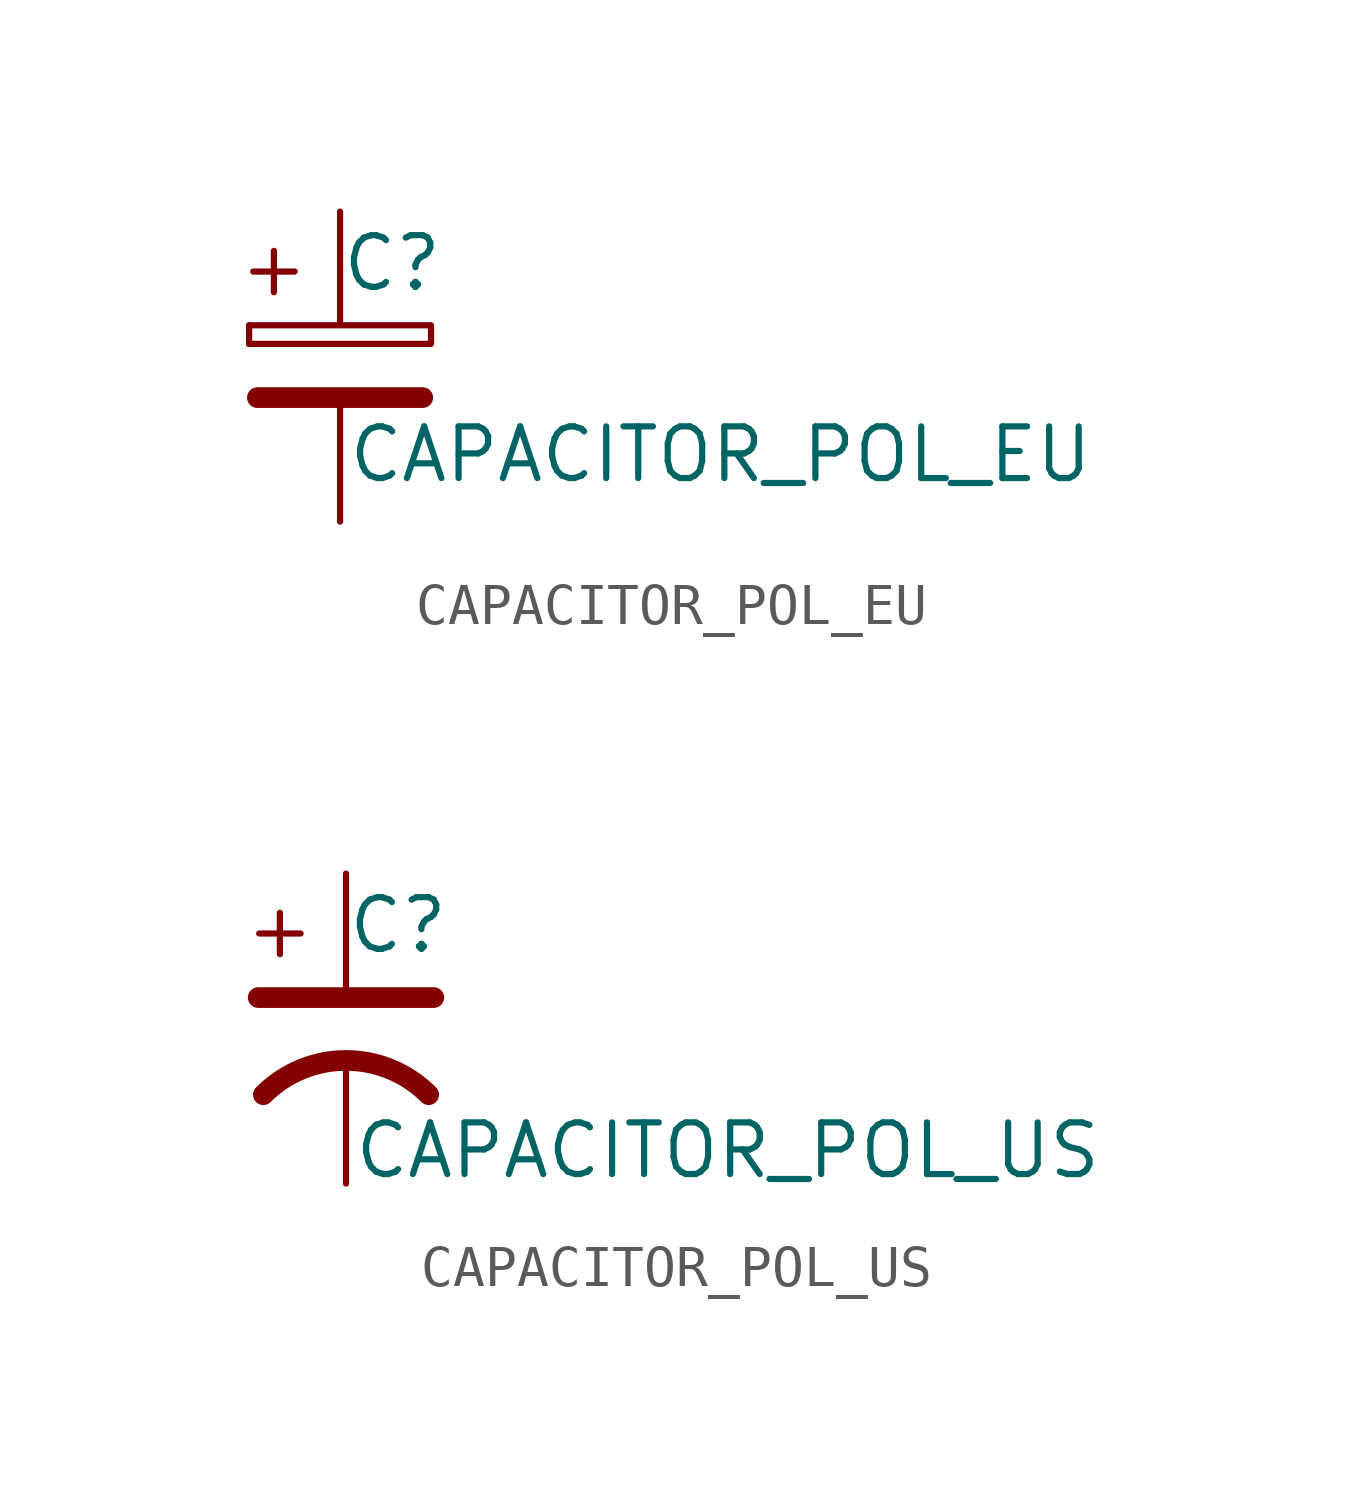
<source format=kicad_sym>
(kicad_symbol_lib
  (version 20211014)
  (generator kicad_symbol_editor)
  (symbol "CAPACITOR_POL_EU"
    (pin_numbers hide)
    (pin_names
      (offset 0.254))
    (property "Reference" "C"
      (at 0 2.54 0)
      (effects (font (size 1.27 1.27)) (justify left)))
    (property "Value" "CAPACITOR_POL_EU"
      (at 0.152 -2.159 0)
      (effects (font (size 1.27 1.27)) (justify left)))
    (symbol "CAPACITOR_POL_EU_0_1"
      (polyline (pts (xy -2.235 0.559) (xy -2.235 1.016)) (stroke (width 0) (type default) (color 0 0 0 0)) (fill (type none)))
      (polyline (pts (xy -2.134 2.337) (xy -1.118 2.337)) (stroke (width 0) (type default) (color 0 0 0 0)) (fill (type none)))
      (polyline (pts (xy -2.032 -0.762) (xy 2.032 -0.762)) (stroke (width 0.508) (type default) (color 0 0 0 0)) (fill (type none)))
      (polyline (pts (xy -1.626 1.829) (xy -1.626 2.845)) (stroke (width 0) (type default) (color 0 0 0 0)) (fill (type none)))
      (polyline (pts (xy -2.235 1.016) (xy 2.235 1.016) (xy 2.235 0.559) (xy -2.235 0.559)) (stroke (width 0) (type default) (color 0 0 0 0)) (fill (type none))))
    (symbol "CAPACITOR_POL_EU_1_1"
      (pin passive line (at 0 3.81 270) (length 2.78) (name "~" (effects (font (size 1.016 1.016)))) (number "1" (effects (font (size 1.016 1.016)))))
      (pin passive line (at 0 -3.81 90) (length 2.78) (name "~" (effects (font (size 1.016 1.016)))) (number "2" (effects (font (size 1.016 1.016)))))))
  (symbol "CAPACITOR_POL_US"
    (pin_numbers hide)
    (pin_names
      (offset 0.254))
    (property "Reference" "C"
      (at 0 2.54 0)
      (effects (font (size 1.27 1.27)) (justify left)))
    (property "Value" "CAPACITOR_POL_US"
      (at 0.152 -2.997 0)
      (effects (font (size 1.27 1.27)) (justify left)))
    (symbol "CAPACITOR_POL_US_0_1"
      (polyline (pts (xy -2.159 0.762) (xy 2.159 0.762)) (stroke (width 0.508) (type default) (color 0 0 0 0)) (fill (type none)))
      (polyline (pts (xy -2.134 2.337) (xy -1.118 2.337)) (stroke (width 0) (type default) (color 0 0 0 0)) (fill (type none)))
      (polyline (pts (xy -1.626 1.829) (xy -1.626 2.845)) (stroke (width 0) (type default) (color 0 0 0 0)) (fill (type none)))
      (arc (start 2.032 -1.6256) (mid 0 -0.7839) (end -2.032 -1.6256) (stroke (width 0.508) (type default) (color 0 0 0 0)) (fill (type none))))
    (symbol "CAPACITOR_POL_US_1_1"
      (pin passive line (at 0 3.81 270) (length 2.78) (name "~" (effects (font (size 1.016 1.016)))) (number "1" (effects (font (size 1.016 1.016)))))
      (pin passive line (at 0 -3.81 90) (length 2.78) (name "~" (effects (font (size 1.016 1.016)))) (number "2" (effects (font (size 1.016 1.016))))))))
</source>
